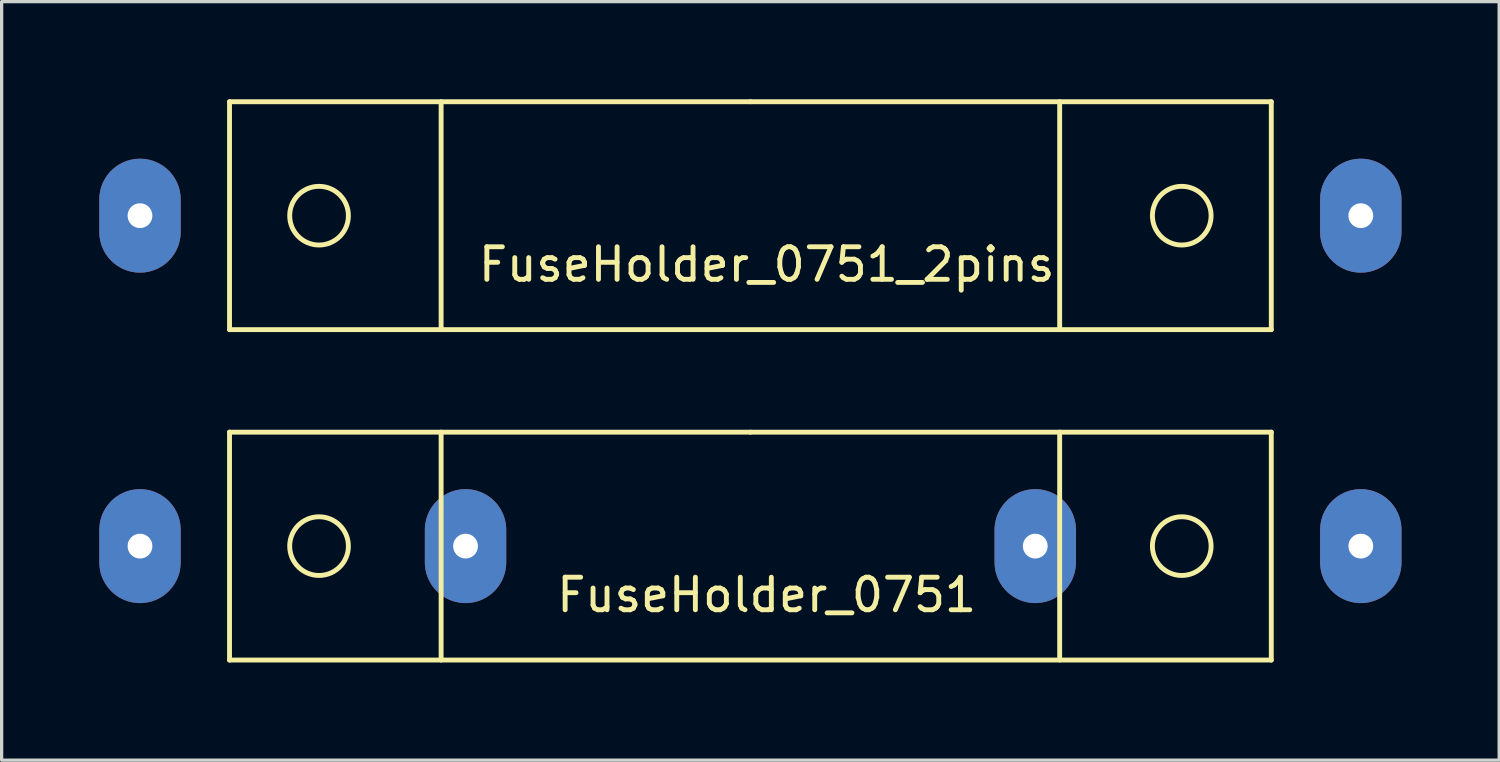
<source format=kicad_pcb>
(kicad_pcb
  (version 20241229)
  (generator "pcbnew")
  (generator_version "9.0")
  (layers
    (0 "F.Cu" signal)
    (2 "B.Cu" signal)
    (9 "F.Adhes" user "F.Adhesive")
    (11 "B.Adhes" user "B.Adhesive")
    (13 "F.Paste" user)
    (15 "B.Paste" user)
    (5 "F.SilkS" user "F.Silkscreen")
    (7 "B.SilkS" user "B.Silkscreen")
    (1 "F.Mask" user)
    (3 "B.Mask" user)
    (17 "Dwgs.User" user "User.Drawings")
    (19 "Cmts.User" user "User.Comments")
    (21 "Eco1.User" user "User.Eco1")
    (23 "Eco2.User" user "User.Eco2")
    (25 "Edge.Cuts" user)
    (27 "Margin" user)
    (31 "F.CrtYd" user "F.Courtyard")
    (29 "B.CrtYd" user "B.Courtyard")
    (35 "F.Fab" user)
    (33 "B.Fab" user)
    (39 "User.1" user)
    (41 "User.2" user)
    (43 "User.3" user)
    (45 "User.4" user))
  (footprint "FuseHolder_0751_2pins"
    (layer "F.Cu")
    (at 20 3.575)
    (property "Reference" "FuseHolder_0751_2pins" (at 0.5 1.5 0) (layer "F.SilkS") (effects (font (size 1 1) (thickness 0.15))))
    (attr through_hole)
    (fp_line (start -16 -3.5) (end 0 -3.5) (stroke (width 0.15) (type solid)) (layer "F.SilkS"))
    (fp_line (start -16 3.5) (end -16 -3.5) (stroke (width 0.15) (type solid)) (layer "F.SilkS"))
    (fp_line (start -9.5 3.5) (end -9.5 -3.5) (stroke (width 0.15) (type solid)) (layer "F.SilkS"))
    (fp_line (start 0 -3.5) (end 16 -3.5) (stroke (width 0.15) (type solid)) (layer "F.SilkS"))
    (fp_line (start 9.5 3.5) (end 9.5 -3.5) (stroke (width 0.15) (type solid)) (layer "F.SilkS"))
    (fp_line (start 16 -3.5) (end 16 3.5) (stroke (width 0.15) (type solid)) (layer "F.SilkS"))
    (fp_line (start 16 3.5) (end -16 3.5) (stroke (width 0.15) (type solid)) (layer "F.SilkS"))
    (fp_circle (center -13.25 0) (end -12.5 0.5) (stroke (width 0.15) (type solid)) (fill no) (layer "F.SilkS"))
    (fp_circle (center 13.25 0) (end 14 0.5) (stroke (width 0.15) (type solid)) (fill no) (layer "F.SilkS"))
    (pad "1" thru_hole oval (at 18.75 0) (size 2.5 3.5) (drill 0.762) (layers "*.Cu" "*.Mask"))
    (pad "2" thru_hole oval (at -18.75 0) (size 2.5 3.5) (drill 0.762) (layers "*.Cu" "*.Mask")))
  (footprint "FuseHolder_0751"
    (layer "F.Cu")
    (at 20 13.725)
    (property "Reference" "FuseHolder_0751" (at 0.5 1.5 0) (layer "F.SilkS") (effects (font (size 1 1) (thickness 0.15))))
    (attr through_hole)
    (fp_line (start -16 -3.5) (end 0 -3.5) (stroke (width 0.15) (type solid)) (layer "F.SilkS"))
    (fp_line (start -16 3.5) (end -16 -3.5) (stroke (width 0.15) (type solid)) (layer "F.SilkS"))
    (fp_line (start -9.5 3.5) (end -9.5 -3.5) (stroke (width 0.15) (type solid)) (layer "F.SilkS"))
    (fp_line (start 0 -3.5) (end 16 -3.5) (stroke (width 0.15) (type solid)) (layer "F.SilkS"))
    (fp_line (start 9.5 3.5) (end 9.5 -3.5) (stroke (width 0.15) (type solid)) (layer "F.SilkS"))
    (fp_line (start 16 -3.5) (end 16 3.5) (stroke (width 0.15) (type solid)) (layer "F.SilkS"))
    (fp_line (start 16 3.5) (end -16 3.5) (stroke (width 0.15) (type solid)) (layer "F.SilkS"))
    (fp_circle (center -13.25 0) (end -12.5 0.5) (stroke (width 0.15) (type solid)) (fill no) (layer "F.SilkS"))
    (fp_circle (center 13.25 0) (end 14 0.5) (stroke (width 0.15) (type solid)) (fill no) (layer "F.SilkS"))
    (pad "1" thru_hole oval (at 18.75 0) (size 2.5 3.5) (drill 0.762) (layers "*.Cu" "*.Mask"))
    (pad "2" thru_hole oval (at 8.75 0) (size 2.5 3.5) (drill 0.762) (layers "*.Cu" "*.Mask"))
    (pad "3" thru_hole oval (at -8.75 0) (size 2.5 3.5) (drill 0.762) (layers "*.Cu" "*.Mask"))
    (pad "4" thru_hole oval (at -18.75 0) (size 2.5 3.5) (drill 0.762) (layers "*.Cu" "*.Mask")))
  (gr_rect
    (start -3 -3)
    (end 43 20.3)
    (stroke (width 0.1) (type default))
    (fill no)
    (layer "Edge.Cuts")))
</source>
